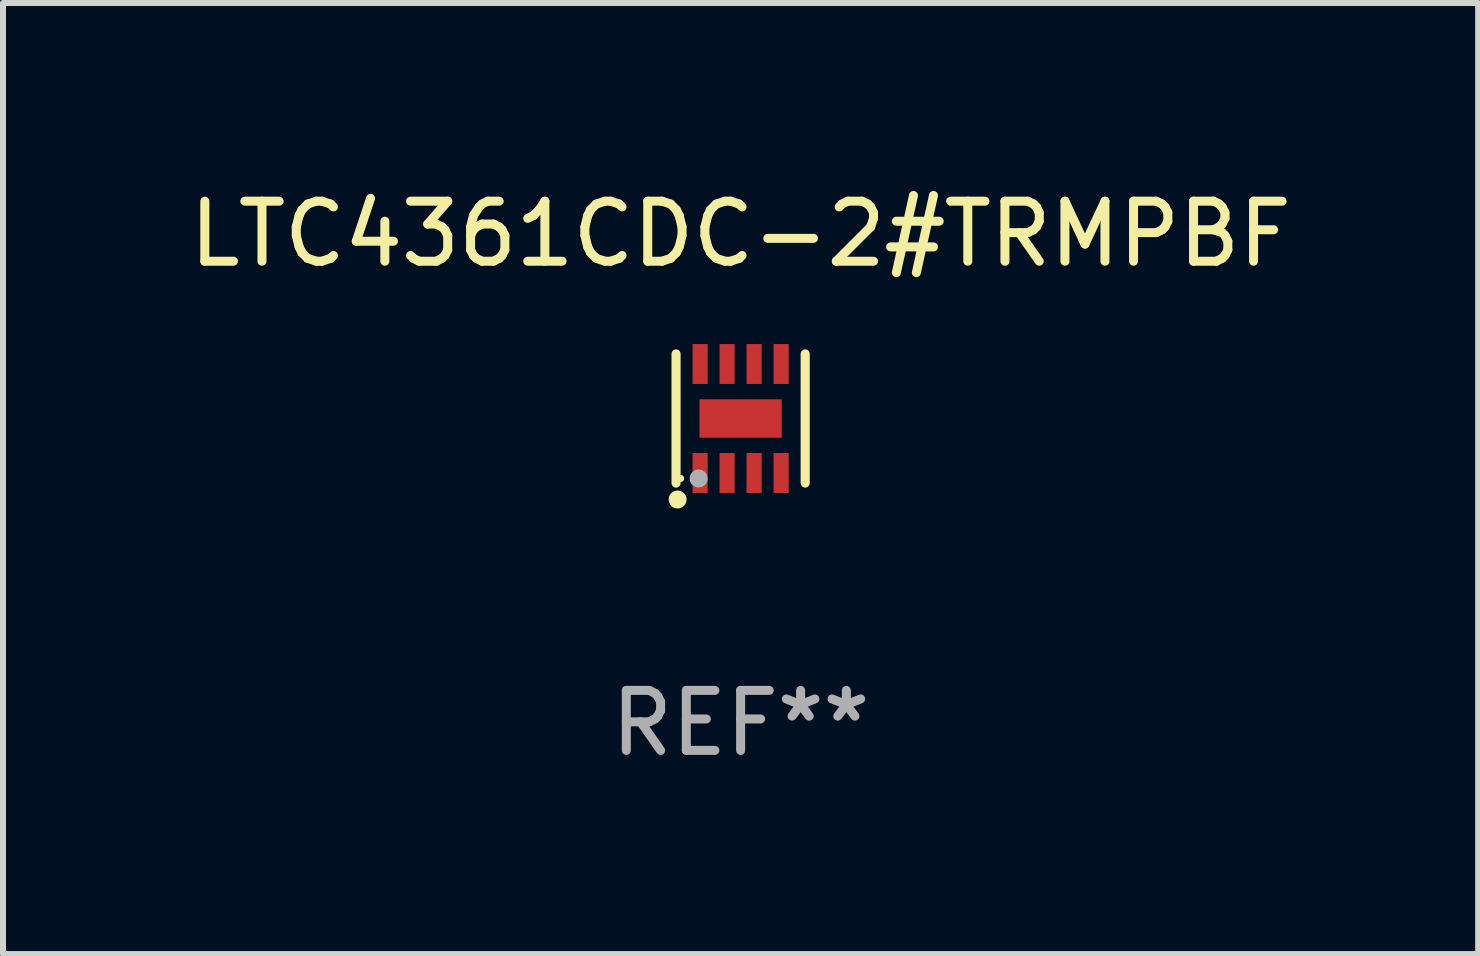
<source format=kicad_pcb>
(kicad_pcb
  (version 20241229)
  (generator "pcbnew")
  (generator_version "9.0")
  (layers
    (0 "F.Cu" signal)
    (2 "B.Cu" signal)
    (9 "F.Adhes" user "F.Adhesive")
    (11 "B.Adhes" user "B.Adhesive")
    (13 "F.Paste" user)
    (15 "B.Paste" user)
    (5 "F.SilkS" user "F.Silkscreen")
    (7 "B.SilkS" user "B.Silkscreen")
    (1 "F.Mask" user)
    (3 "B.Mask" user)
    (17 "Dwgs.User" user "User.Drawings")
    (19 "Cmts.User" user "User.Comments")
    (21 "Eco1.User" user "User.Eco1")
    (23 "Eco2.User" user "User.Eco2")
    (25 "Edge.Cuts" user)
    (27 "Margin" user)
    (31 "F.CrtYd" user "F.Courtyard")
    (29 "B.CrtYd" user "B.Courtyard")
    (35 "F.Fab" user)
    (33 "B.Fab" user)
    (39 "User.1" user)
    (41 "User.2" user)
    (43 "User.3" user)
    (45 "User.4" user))
  (footprint "LTC4361CDC-2#TRMPBF"
    (layer "F.Cu")
    (at 9.292 3.924)
    (property "Reference" "LTC4361CDC-2#TRMPBF" (at 0 -3.076 0) (layer "F.SilkS") (effects (font (size 1 1) (thickness 0.15))))
    (attr through_hole)
    (fp_line (start -1.076 1.076) (end -1.076 -1.076) (stroke (width 0.152) (type solid)) (layer "F.SilkS"))
    (fp_line (start 1.076 1.076) (end 1.076 -1.076) (stroke (width 0.152) (type solid)) (layer "F.SilkS"))
    (fp_circle (center -1.05 1.35) (end -0.975 1.35) (stroke (width 0.15) (type solid)) (fill no) (layer "F.SilkS"))
    (fp_circle (center -1 1) (end -0.97 1) (stroke (width 0.06) (type solid)) (fill no) (layer "F.SilkS"))
    (fp_circle (center -0.7 1) (end -0.625 1) (stroke (width 0.15) (type solid)) (fill no) (layer "F.Fab"))
    (fp_text user "REF**" (at 0 5.076 0) (layer "F.Fab") (effects (font (size 1 1) (thickness 0.15))))
    (pad "1" smd rect (at -0.675 0.908) (size 0.252 0.665) (layers "F.Cu" "F.Mask" "F.Paste"))
    (pad "2" smd rect (at -0.225 0.908) (size 0.252 0.665) (layers "F.Cu" "F.Mask" "F.Paste"))
    (pad "3" smd rect (at 0.225 0.908) (size 0.252 0.665) (layers "F.Cu" "F.Mask" "F.Paste"))
    (pad "4" smd rect (at 0.675 0.908) (size 0.252 0.665) (layers "F.Cu" "F.Mask" "F.Paste"))
    (pad "5" smd rect (at 0.675 -0.908) (size 0.252 0.665) (layers "F.Cu" "F.Mask" "F.Paste"))
    (pad "6" smd rect (at 0.225 -0.908) (size 0.252 0.665) (layers "F.Cu" "F.Mask" "F.Paste"))
    (pad "7" smd rect (at -0.225 -0.908) (size 0.252 0.665) (layers "F.Cu" "F.Mask" "F.Paste"))
    (pad "8" smd rect (at -0.675 -0.908) (size 0.252 0.665) (layers "F.Cu" "F.Mask" "F.Paste"))
    (pad "9" smd rect (at 0 0) (size 1.37 0.64) (layers "F.Cu" "F.Mask" "F.Paste")))
  (gr_rect
    (start -3 -3)
    (end 21.583 12.849)
    (stroke (width 0.1) (type default))
    (fill no)
    (layer "Edge.Cuts")))
</source>
